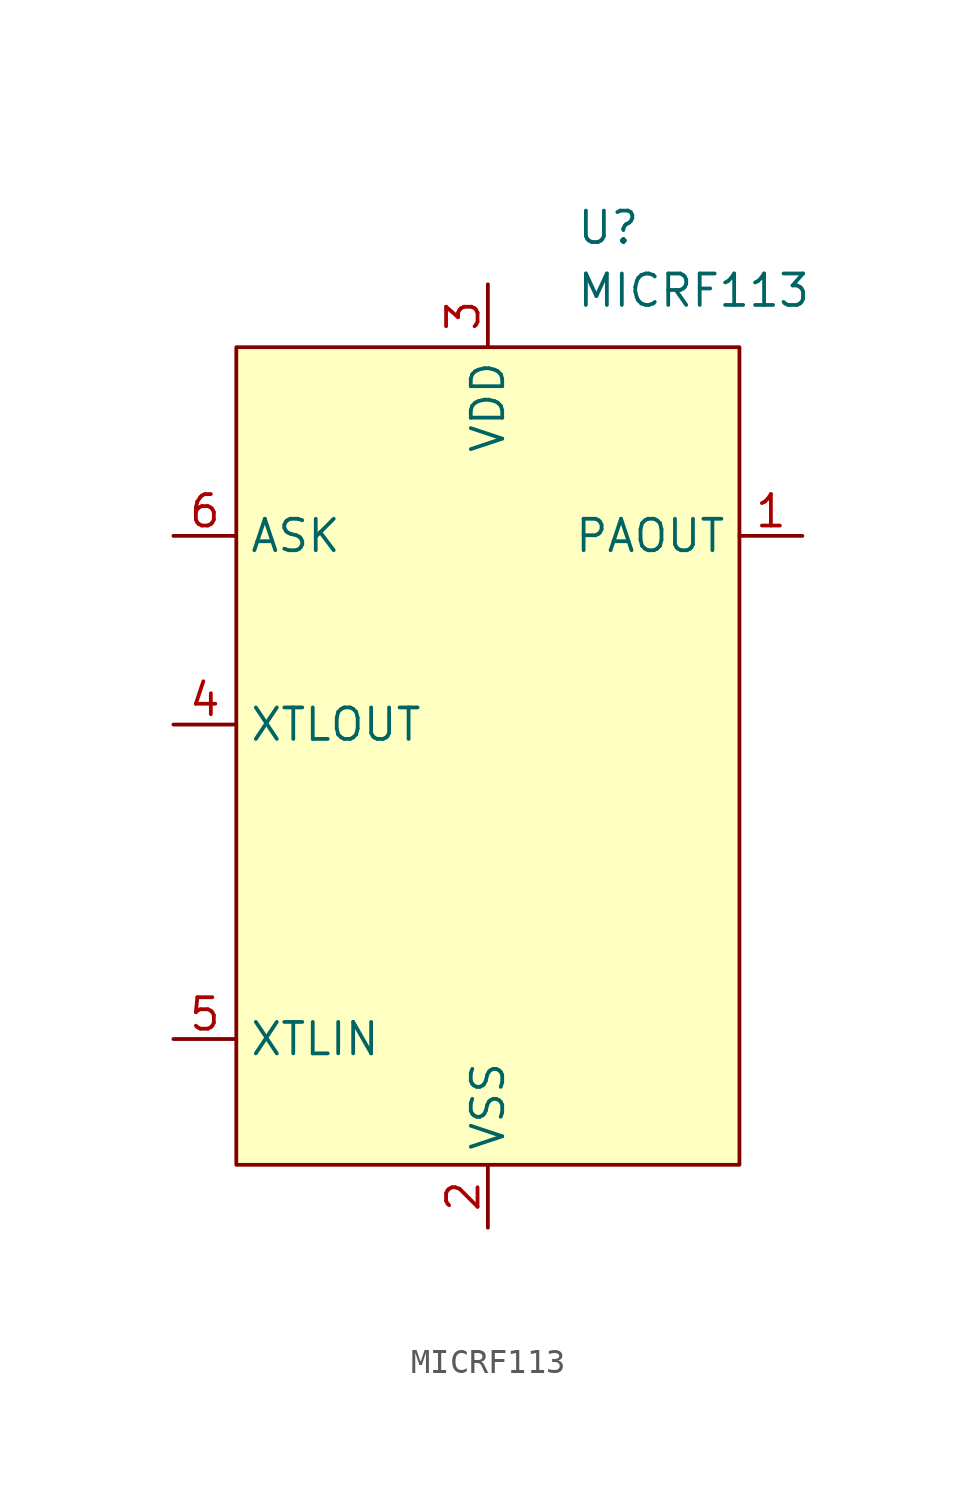
<source format=kicad_sym>
(kicad_symbol_lib
  (version 20231120)
  (generator "kicad_symbol_editor")
  (generator_version "8.0")
  (symbol "MICRF113"
    (property "Reference" "U"
      (at 3.556 7.366 0)
      (effects (font (size 1.27 1.27)) (justify left)))
    (property "Value" "MICRF113"
      (at 3.556 4.826 0)
      (effects (font (size 1.27 1.27)) (justify left)))
    (symbol "MICRF113_0_0"
      (pin output line (at 12.7 -5.08 180) (length 2.54) (name "PAOUT" (effects (font (size 1.27 1.27)))) (number "1" (effects (font (size 1.27 1.27)))))
      (pin power_in line (at 0 -33.02 90) (length 2.54) (name "VSS" (effects (font (size 1.27 1.27)))) (number "2" (effects (font (size 1.27 1.27)))))
      (pin power_in line (at 0 5.08 270) (length 2.54) (name "VDD" (effects (font (size 1.27 1.27)))) (number "3" (effects (font (size 1.27 1.27)))))
      (pin output line (at -12.7 -12.7 0) (length 2.54) (name "XTLOUT" (effects (font (size 1.27 1.27)))) (number "4" (effects (font (size 1.27 1.27)))))
      (pin input line (at -12.7 -25.4 0) (length 2.54) (name "XTLIN" (effects (font (size 1.27 1.27)))) (number "5" (effects (font (size 1.27 1.27)))))
      (pin input line (at -12.7 -5.08 0) (length 2.54) (name "ASK" (effects (font (size 1.27 1.27)))) (number "6" (effects (font (size 1.27 1.27))))))
    (symbol "MICRF113_1_1"
      (rectangle (start -10.16 2.54) (end 10.16 -30.48) (stroke (width 0) (type default)) (fill (type background))))))
</source>
